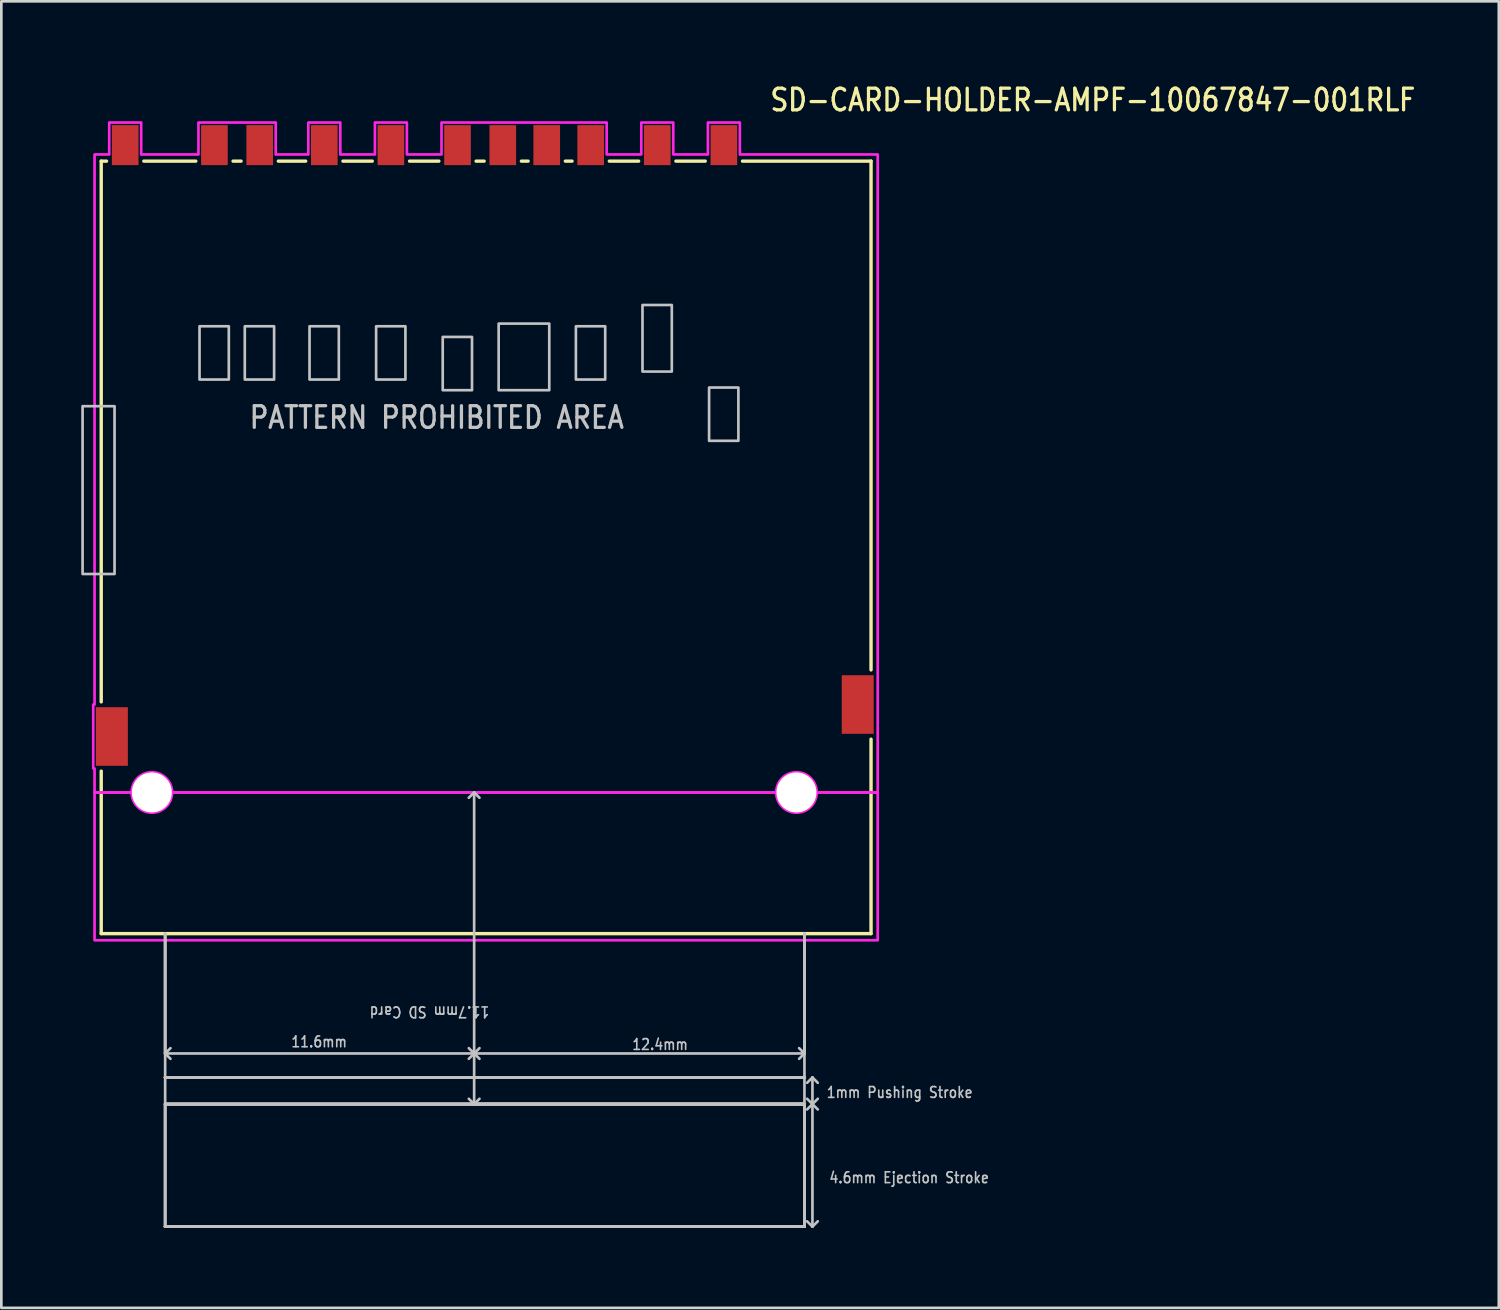
<source format=kicad_pcb>
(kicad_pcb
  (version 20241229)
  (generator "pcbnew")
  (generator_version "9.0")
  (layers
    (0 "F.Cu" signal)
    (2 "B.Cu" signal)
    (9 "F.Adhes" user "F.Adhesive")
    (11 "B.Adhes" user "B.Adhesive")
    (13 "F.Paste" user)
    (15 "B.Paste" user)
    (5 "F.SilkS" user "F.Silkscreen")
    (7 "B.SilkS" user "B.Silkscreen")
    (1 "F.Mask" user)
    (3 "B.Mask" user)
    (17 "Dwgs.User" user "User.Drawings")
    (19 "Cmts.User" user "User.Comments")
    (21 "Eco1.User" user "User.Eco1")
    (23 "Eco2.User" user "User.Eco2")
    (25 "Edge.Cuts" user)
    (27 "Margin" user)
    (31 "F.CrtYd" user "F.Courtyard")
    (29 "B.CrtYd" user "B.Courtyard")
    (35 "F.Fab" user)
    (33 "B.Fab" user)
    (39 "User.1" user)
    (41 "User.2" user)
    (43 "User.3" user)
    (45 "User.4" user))
  (footprint "SD-CARD-HOLDER-AMPF-10067847-001RLF"
    (layer "F.Cu")
    (at 14.75 26.699)
    (property "Reference" "SD-CARD-HOLDER-AMPF-10067847-001RLF" (at 11.05 -25.52 0) (unlocked yes) (layer "F.SilkS") (effects (font (size 0.813 0.695) (thickness 0.122)) (justify left bottom)))
    (fp_poly (pts (xy -14.7 -14.5) (xy -13.5 -14.5) (xy -13.5 -8.2) (xy -14.7 -8.2)) (stroke (width 0) (type solid)) (fill yes) (layer "F.Mask"))
    (fp_poly (pts (xy -14.7 -14.5) (xy -13.5 -14.5) (xy -13.5 -8.2) (xy -14.7 -8.2)) (stroke (width 0) (type solid)) (fill yes) (layer "F.Mask"))
    (fp_poly (pts (xy -10.31 -17.5) (xy -10.31 -15.5) (xy -9.21 -15.5) (xy -9.21 -17.5)) (stroke (width 0) (type solid)) (fill yes) (layer "F.Mask"))
    (fp_poly (pts (xy -10.31 -17.5) (xy -10.31 -15.5) (xy -9.21 -15.5) (xy -9.21 -17.5)) (stroke (width 0) (type solid)) (fill yes) (layer "F.Mask"))
    (fp_poly (pts (xy -8.61 -17.5) (xy -8.61 -15.5) (xy -7.51 -15.5) (xy -7.51 -17.5)) (stroke (width 0) (type solid)) (fill yes) (layer "F.Mask"))
    (fp_poly (pts (xy -8.61 -17.5) (xy -8.61 -15.5) (xy -7.51 -15.5) (xy -7.51 -17.5)) (stroke (width 0) (type solid)) (fill yes) (layer "F.Mask"))
    (fp_poly (pts (xy -6.18 -17.5) (xy -6.18 -15.5) (xy -5.08 -15.5) (xy -5.08 -17.5)) (stroke (width 0) (type solid)) (fill yes) (layer "F.Mask"))
    (fp_poly (pts (xy -6.18 -17.5) (xy -6.18 -15.5) (xy -5.08 -15.5) (xy -5.08 -17.5)) (stroke (width 0) (type solid)) (fill yes) (layer "F.Mask"))
    (fp_poly (pts (xy -3.68 -17.5) (xy -3.68 -15.5) (xy -2.58 -15.5) (xy -2.58 -17.5)) (stroke (width 0) (type solid)) (fill yes) (layer "F.Mask"))
    (fp_poly (pts (xy -3.68 -17.5) (xy -3.68 -15.5) (xy -2.58 -15.5) (xy -2.58 -17.5)) (stroke (width 0) (type solid)) (fill yes) (layer "F.Mask"))
    (fp_poly (pts (xy -1.18 -17.1) (xy -1.18 -15.1) (xy -0.08 -15.1) (xy -0.08 -17.1)) (stroke (width 0) (type solid)) (fill yes) (layer "F.Mask"))
    (fp_poly (pts (xy -1.18 -17.1) (xy -1.18 -15.1) (xy -0.08 -15.1) (xy -0.08 -17.1)) (stroke (width 0) (type solid)) (fill yes) (layer "F.Mask"))
    (fp_poly (pts (xy 0.92 -17.6) (xy 0.92 -15.1) (xy 2.82 -15.1) (xy 2.82 -17.6)) (stroke (width 0) (type solid)) (fill yes) (layer "F.Mask"))
    (fp_poly (pts (xy 0.92 -17.6) (xy 0.92 -15.1) (xy 2.82 -15.1) (xy 2.82 -17.6)) (stroke (width 0) (type solid)) (fill yes) (layer "F.Mask"))
    (fp_poly (pts (xy 3.82 -17.5) (xy 3.82 -15.5) (xy 4.92 -15.5) (xy 4.92 -17.5)) (stroke (width 0) (type solid)) (fill yes) (layer "F.Mask"))
    (fp_poly (pts (xy 3.82 -17.5) (xy 3.82 -15.5) (xy 4.92 -15.5) (xy 4.92 -17.5)) (stroke (width 0) (type solid)) (fill yes) (layer "F.Mask"))
    (fp_poly (pts (xy 6.32 -18.3) (xy 6.32 -15.8) (xy 7.42 -15.8) (xy 7.42 -18.3)) (stroke (width 0) (type solid)) (fill yes) (layer "F.Mask"))
    (fp_poly (pts (xy 6.32 -18.3) (xy 6.32 -15.8) (xy 7.42 -15.8) (xy 7.42 -18.3)) (stroke (width 0) (type solid)) (fill yes) (layer "F.Mask"))
    (fp_poly (pts (xy 8.82 -15.2) (xy 8.82 -13.2) (xy 9.92 -13.2) (xy 9.92 -15.2)) (stroke (width 0) (type solid)) (fill yes) (layer "F.Mask"))
    (fp_poly (pts (xy 8.82 -15.2) (xy 8.82 -13.2) (xy 9.92 -13.2) (xy 9.92 -15.2)) (stroke (width 0) (type solid)) (fill yes) (layer "F.Mask"))
    (fp_line (start -14 -23.7) (end -14 -3.4) (stroke (width 0.127) (type solid)) (layer "F.SilkS"))
    (fp_line (start -14 5.3) (end -14 -0.8) (stroke (width 0.127) (type solid)) (layer "F.SilkS"))
    (fp_line (start -14 5.3) (end 14.9 5.3) (stroke (width 0.127) (type solid)) (layer "F.SilkS"))
    (fp_line (start -13.8 -23.7) (end -14 -23.7) (stroke (width 0.127) (type solid)) (layer "F.SilkS"))
    (fp_line (start -12.4 -23.7) (end -10.45 -23.7) (stroke (width 0.127) (type solid)) (layer "F.SilkS"))
    (fp_line (start -9.05 -23.7) (end -8.75 -23.7) (stroke (width 0.127) (type solid)) (layer "F.SilkS"))
    (fp_line (start -7.35 -23.7) (end -6.325 -23.7) (stroke (width 0.127) (type solid)) (layer "F.SilkS"))
    (fp_line (start -4.925 -23.7) (end -3.825 -23.7) (stroke (width 0.127) (type solid)) (layer "F.SilkS"))
    (fp_line (start -2.425 -23.7) (end -1.325 -23.7) (stroke (width 0.127) (type solid)) (layer "F.SilkS"))
    (fp_line (start 0.075 -23.7) (end 0.375 -23.7) (stroke (width 0.127) (type solid)) (layer "F.SilkS"))
    (fp_line (start 1.775 -23.7) (end 2.025 -23.7) (stroke (width 0.127) (type solid)) (layer "F.SilkS"))
    (fp_line (start 3.425 -23.7) (end 3.675 -23.7) (stroke (width 0.127) (type solid)) (layer "F.SilkS"))
    (fp_line (start 5.075 -23.7) (end 6.175 -23.7) (stroke (width 0.127) (type solid)) (layer "F.SilkS"))
    (fp_line (start 7.575 -23.7) (end 8.675 -23.7) (stroke (width 0.127) (type solid)) (layer "F.SilkS"))
    (fp_line (start 10.075 -23.7) (end 14.9 -23.7) (stroke (width 0.127) (type solid)) (layer "F.SilkS"))
    (fp_line (start 14.9 -23.7) (end 14.9 -4.6) (stroke (width 0.127) (type solid)) (layer "F.SilkS"))
    (fp_line (start 14.9 5.3) (end 14.9 -2) (stroke (width 0.127) (type solid)) (layer "F.SilkS"))
    (fp_line (start -11.6 5.3) (end -11.6 9.8) (stroke (width 0.1) (type solid)) (layer "Dwgs.User"))
    (fp_line (start -11.6 5.3) (end -11.6 9.8) (stroke (width 0.1) (type solid)) (layer "Dwgs.User"))
    (fp_line (start -11.6 5.3) (end -11.6 9.8) (stroke (width 0.1) (type solid)) (layer "Dwgs.User"))
    (fp_line (start -11.6 9.8) (end -11.6 10.7) (stroke (width 0.1) (type solid)) (layer "Dwgs.User"))
    (fp_line (start -11.6 9.8) (end -11.4 9.6) (stroke (width 0.1) (type solid)) (layer "Dwgs.User"))
    (fp_line (start -11.6 9.8) (end -11.4 10) (stroke (width 0.1) (type solid)) (layer "Dwgs.User"))
    (fp_line (start -11.6 10.7) (end -11.6 11.7) (stroke (width 0.1) (type solid)) (layer "Dwgs.User"))
    (fp_line (start -11.6 10.7) (end 12.4 10.7) (stroke (width 0.1) (type solid)) (layer "Dwgs.User"))
    (fp_line (start -11.6 10.7) (end 12.4 10.7) (stroke (width 0.1) (type solid)) (layer "Dwgs.User"))
    (fp_line (start -11.6 10.7) (end 12.4 10.7) (stroke (width 0.1) (type solid)) (layer "Dwgs.User"))
    (fp_line (start -11.6 10.7) (end 12.4 10.7) (stroke (width 0.1) (type solid)) (layer "Dwgs.User"))
    (fp_line (start -11.6 10.7) (end 12.4 10.7) (stroke (width 0.1) (type solid)) (layer "Dwgs.User"))
    (fp_line (start -11.6 10.7) (end 12.4 10.7) (stroke (width 0.1) (type solid)) (layer "Dwgs.User"))
    (fp_line (start -11.6 10.7) (end 12.4 10.7) (stroke (width 0.1) (type solid)) (layer "Dwgs.User"))
    (fp_line (start -11.6 10.7) (end 12.4 10.7) (stroke (width 0.1) (type solid)) (layer "Dwgs.User"))
    (fp_line (start -11.6 10.7) (end 12.4 10.7) (stroke (width 0.1) (type solid)) (layer "Dwgs.User"))
    (fp_line (start -11.6 10.7) (end 12.4 10.7) (stroke (width 0.1) (type solid)) (layer "Dwgs.User"))
    (fp_line (start -11.6 10.7) (end 12.4 10.7) (stroke (width 0.1) (type solid)) (layer "Dwgs.User"))
    (fp_line (start -11.6 10.7) (end 12.4 10.7) (stroke (width 0.1) (type solid)) (layer "Dwgs.User"))
    (fp_line (start -11.6 11.7) (end -11.6 16.3) (stroke (width 0.1) (type solid)) (layer "Dwgs.User"))
    (fp_line (start -11.6 11.7) (end -11.6 16.3) (stroke (width 0.1) (type solid)) (layer "Dwgs.User"))
    (fp_line (start -11.6 11.7) (end -11.6 16.3) (stroke (width 0.1) (type solid)) (layer "Dwgs.User"))
    (fp_line (start -11.6 11.7) (end 0 11.7) (stroke (width 0.1) (type solid)) (layer "Dwgs.User"))
    (fp_line (start -11.6 11.7) (end 0 11.7) (stroke (width 0.1) (type solid)) (layer "Dwgs.User"))
    (fp_line (start -11.6 11.7) (end 0 11.7) (stroke (width 0.1) (type solid)) (layer "Dwgs.User"))
    (fp_line (start -11.6 11.7) (end 0 11.7) (stroke (width 0.1) (type solid)) (layer "Dwgs.User"))
    (fp_line (start -11.6 11.7) (end 0 11.7) (stroke (width 0.1) (type solid)) (layer "Dwgs.User"))
    (fp_line (start -11.6 11.7) (end 0 11.7) (stroke (width 0.1) (type solid)) (layer "Dwgs.User"))
    (fp_line (start -11.6 16.3) (end 12.4 16.3) (stroke (width 0.1) (type solid)) (layer "Dwgs.User"))
    (fp_line (start -11.6 16.3) (end 12.4 16.3) (stroke (width 0.1) (type solid)) (layer "Dwgs.User"))
    (fp_line (start -11.6 16.3) (end 12.4 16.3) (stroke (width 0.1) (type solid)) (layer "Dwgs.User"))
    (fp_line (start -11.6 16.3) (end 12.4 16.3) (stroke (width 0.1) (type solid)) (layer "Dwgs.User"))
    (fp_line (start -11.6 16.3) (end 12.4 16.3) (stroke (width 0.1) (type solid)) (layer "Dwgs.User"))
    (fp_line (start -11.6 16.3) (end 12.4 16.3) (stroke (width 0.1) (type solid)) (layer "Dwgs.User"))
    (fp_line (start -11.6 16.3) (end 12.4 16.3) (stroke (width 0.1) (type solid)) (layer "Dwgs.User"))
    (fp_line (start -11.6 16.3) (end 12.4 16.3) (stroke (width 0.1) (type solid)) (layer "Dwgs.User"))
    (fp_line (start -11.6 16.3) (end 12.4 16.3) (stroke (width 0.1) (type solid)) (layer "Dwgs.User"))
    (fp_line (start -11.6 16.3) (end 12.4 16.3) (stroke (width 0.1) (type solid)) (layer "Dwgs.User"))
    (fp_line (start -11.6 16.3) (end 12.4 16.3) (stroke (width 0.1) (type solid)) (layer "Dwgs.User"))
    (fp_line (start -11.6 16.3) (end 12.4 16.3) (stroke (width 0.1) (type solid)) (layer "Dwgs.User"))
    (fp_line (start 0 0) (end -0.2 0.2) (stroke (width 0.1) (type solid)) (layer "Dwgs.User"))
    (fp_line (start 0 0) (end 0 9.8) (stroke (width 0.1) (type solid)) (layer "Dwgs.User"))
    (fp_line (start 0 0) (end 0.2 0.2) (stroke (width 0.1) (type solid)) (layer "Dwgs.User"))
    (fp_line (start 0 9.8) (end -11.6 9.8) (stroke (width 0.1) (type solid)) (layer "Dwgs.User"))
    (fp_line (start 0 9.8) (end -0.2 9.6) (stroke (width 0.1) (type solid)) (layer "Dwgs.User"))
    (fp_line (start 0 9.8) (end -0.2 10) (stroke (width 0.1) (type solid)) (layer "Dwgs.User"))
    (fp_line (start 0 9.8) (end 0 11.7) (stroke (width 0.1) (type solid)) (layer "Dwgs.User"))
    (fp_line (start 0 9.8) (end 0.2 9.6) (stroke (width 0.1) (type solid)) (layer "Dwgs.User"))
    (fp_line (start 0 9.8) (end 0.2 10) (stroke (width 0.1) (type solid)) (layer "Dwgs.User"))
    (fp_line (start 0 9.8) (end 12.4 9.8) (stroke (width 0.1) (type solid)) (layer "Dwgs.User"))
    (fp_line (start 0 11.7) (end -0.2 11.5) (stroke (width 0.1) (type solid)) (layer "Dwgs.User"))
    (fp_line (start 0 11.7) (end 0.2 11.5) (stroke (width 0.1) (type solid)) (layer "Dwgs.User"))
    (fp_line (start 0 11.7) (end 12.4 11.7) (stroke (width 0.1) (type solid)) (layer "Dwgs.User"))
    (fp_line (start 0 11.7) (end 12.4 11.7) (stroke (width 0.1) (type solid)) (layer "Dwgs.User"))
    (fp_line (start 0 11.7) (end 12.4 11.7) (stroke (width 0.1) (type solid)) (layer "Dwgs.User"))
    (fp_line (start 0 11.7) (end 12.4 11.7) (stroke (width 0.1) (type solid)) (layer "Dwgs.User"))
    (fp_line (start 0 11.7) (end 12.4 11.7) (stroke (width 0.1) (type solid)) (layer "Dwgs.User"))
    (fp_line (start 0 11.7) (end 12.4 11.7) (stroke (width 0.1) (type solid)) (layer "Dwgs.User"))
    (fp_line (start 0 11.7) (end 12.4 11.7) (stroke (width 0.1) (type solid)) (layer "Dwgs.User"))
    (fp_line (start 12.4 9.8) (end 12.2 9.6) (stroke (width 0.1) (type solid)) (layer "Dwgs.User"))
    (fp_line (start 12.4 9.8) (end 12.2 10) (stroke (width 0.1) (type solid)) (layer "Dwgs.User"))
    (fp_line (start 12.4 9.8) (end 12.4 5.3) (stroke (width 0.1) (type solid)) (layer "Dwgs.User"))
    (fp_line (start 12.4 9.8) (end 12.4 5.3) (stroke (width 0.1) (type solid)) (layer "Dwgs.User"))
    (fp_line (start 12.4 9.8) (end 12.4 5.3) (stroke (width 0.1) (type solid)) (layer "Dwgs.User"))
    (fp_line (start 12.4 10.7) (end 12.4 9.8) (stroke (width 0.1) (type solid)) (layer "Dwgs.User"))
    (fp_line (start 12.4 11.7) (end 12.4 10.7) (stroke (width 0.1) (type solid)) (layer "Dwgs.User"))
    (fp_line (start 12.4 16.3) (end 12.4 11.7) (stroke (width 0.1) (type solid)) (layer "Dwgs.User"))
    (fp_line (start 12.4 16.3) (end 12.4 11.7) (stroke (width 0.1) (type solid)) (layer "Dwgs.User"))
    (fp_line (start 12.4 16.3) (end 12.4 11.7) (stroke (width 0.1) (type solid)) (layer "Dwgs.User"))
    (fp_line (start 12.5 10.9) (end 12.7 10.7) (stroke (width 0.1) (type solid)) (layer "Dwgs.User"))
    (fp_line (start 12.5 11.5) (end 12.7 11.7) (stroke (width 0.1) (type solid)) (layer "Dwgs.User"))
    (fp_line (start 12.7 10.7) (end 12.7 11.7) (stroke (width 0.1) (type solid)) (layer "Dwgs.User"))
    (fp_line (start 12.7 10.7) (end 12.9 10.9) (stroke (width 0.1) (type solid)) (layer "Dwgs.User"))
    (fp_line (start 12.7 11.7) (end 12.5 11.9) (stroke (width 0.1) (type solid)) (layer "Dwgs.User"))
    (fp_line (start 12.7 11.7) (end 12.7 16.3) (stroke (width 0.1) (type solid)) (layer "Dwgs.User"))
    (fp_line (start 12.7 11.7) (end 12.9 11.5) (stroke (width 0.1) (type solid)) (layer "Dwgs.User"))
    (fp_line (start 12.7 11.7) (end 12.9 11.9) (stroke (width 0.1) (type solid)) (layer "Dwgs.User"))
    (fp_line (start 12.7 16.3) (end 12.5 16.1) (stroke (width 0.1) (type solid)) (layer "Dwgs.User"))
    (fp_line (start 12.7 16.3) (end 12.9 16.1) (stroke (width 0.1) (type solid)) (layer "Dwgs.User"))
    (fp_poly (pts (xy -14.7 -14.5) (xy -13.5 -14.5) (xy -13.5 -8.2) (xy -14.7 -8.2)) (stroke (width 0.1) (type solid)) (fill no) (layer "Dwgs.User"))
    (fp_poly (pts (xy -10.31 -17.5) (xy -10.31 -15.5) (xy -9.21 -15.5) (xy -9.21 -17.5)) (stroke (width 0.1) (type solid)) (fill no) (layer "Dwgs.User"))
    (fp_poly (pts (xy -8.61 -17.5) (xy -8.61 -15.5) (xy -7.51 -15.5) (xy -7.51 -17.5)) (stroke (width 0.1) (type solid)) (fill no) (layer "Dwgs.User"))
    (fp_poly (pts (xy -6.18 -17.5) (xy -6.18 -15.5) (xy -5.08 -15.5) (xy -5.08 -17.5)) (stroke (width 0.1) (type solid)) (fill no) (layer "Dwgs.User"))
    (fp_poly (pts (xy -3.68 -17.5) (xy -3.68 -15.5) (xy -2.58 -15.5) (xy -2.58 -17.5)) (stroke (width 0.1) (type solid)) (fill no) (layer "Dwgs.User"))
    (fp_poly (pts (xy -1.18 -17.1) (xy -1.18 -15.1) (xy -0.08 -15.1) (xy -0.08 -17.1)) (stroke (width 0.1) (type solid)) (fill no) (layer "Dwgs.User"))
    (fp_poly (pts (xy 0.92 -17.6) (xy 0.92 -15.1) (xy 2.82 -15.1) (xy 2.82 -17.6)) (stroke (width 0.1) (type solid)) (fill no) (layer "Dwgs.User"))
    (fp_poly (pts (xy 3.82 -17.5) (xy 3.82 -15.5) (xy 4.92 -15.5) (xy 4.92 -17.5)) (stroke (width 0.1) (type solid)) (fill no) (layer "Dwgs.User"))
    (fp_poly (pts (xy 6.32 -18.3) (xy 6.32 -15.8) (xy 7.42 -15.8) (xy 7.42 -18.3)) (stroke (width 0.1) (type solid)) (fill no) (layer "Dwgs.User"))
    (fp_poly (pts (xy 8.82 -15.2) (xy 8.82 -13.2) (xy 9.92 -13.2) (xy 9.92 -15.2)) (stroke (width 0.1) (type solid)) (fill no) (layer "Dwgs.User"))
    (fp_poly (pts (xy 15.15 0) (xy 15.15 5.55) (xy -14.25 5.55) (xy -14.25 0) (xy -12.86 0) (xy -12.86 0.000078) (xy -12.86 0.012) (xy -12.86 0.012) (xy -12.86 0.024) (xy -12.86 0.024) (xy -12.859 0.036) (xy -12.859 0.036) (xy -12.859 0.048) (xy -12.858 0.048) (xy -12.858 0.06) (xy -12.858 0.06) (xy -12.857 0.071) (xy -12.857 0.072) (xy -12.855 0.083) (xy -12.855 0.083) (xy -12.854 0.095) (xy -12.854 0.095) (xy -12.852 0.107) (xy -12.852 0.107) (xy -12.851 0.119) (xy -12.851 0.119) (xy -12.849 0.131) (xy -12.849 0.131) (xy -12.847 0.142) (xy -12.847 0.142) (xy -12.844 0.154) (xy -12.844 0.154) (xy -12.842 0.166) (xy -12.842 0.166) (xy -12.839 0.177) (xy -12.839 0.177) (xy -12.836 0.189) (xy -12.836 0.189) (xy -12.833 0.2) (xy -12.833 0.201) (xy -12.83 0.212) (xy -12.83 0.212) (xy -12.826 0.223) (xy -12.826 0.224) (xy -12.823 0.235) (xy -12.823 0.235) (xy -12.819 0.246) (xy -12.819 0.246) (xy -12.815 0.257) (xy -12.815 0.258) (xy -12.811 0.269) (xy -12.811 0.269) (xy -12.807 0.28) (xy -12.807 0.28) (xy -12.802 0.291) (xy -12.802 0.291) (xy -12.798 0.302) (xy -12.797 0.302) (xy -12.793 0.313) (xy -12.793 0.313) (xy -12.788 0.324) (xy -12.788 0.324) (xy -12.783 0.334) (xy -12.782 0.334) (xy -12.777 0.345) (xy -12.777 0.345) (xy -12.772 0.356) (xy -12.772 0.356) (xy -12.766 0.366) (xy -12.766 0.366) (xy -12.76 0.376) (xy -12.76 0.377) (xy -12.754 0.387) (xy -12.754 0.387) (xy -12.748 0.397) (xy -12.748 0.397) (xy -12.742 0.407) (xy -12.742 0.407) (xy -12.735 0.417) (xy -12.735 0.417) (xy -12.729 0.427) (xy -12.729 0.427) (xy -12.722 0.437) (xy -12.722 0.437) (xy -12.715 0.447) (xy -12.715 0.447) (xy -12.708 0.456) (xy -12.708 0.456) (xy -12.701 0.466) (xy -12.7 0.466) (xy -12.693 0.475) (xy -12.693 0.475) (xy -12.686 0.484) (xy -12.686 0.485) (xy -12.678 0.494) (xy -12.678 0.494) (xy -12.67 0.503) (xy -12.67 0.503) (xy -12.662 0.511) (xy -12.662 0.512) (xy -12.654 0.52) (xy -12.654 0.52) (xy -12.646 0.529) (xy -12.646 0.529) (xy -12.637 0.537) (xy -12.637 0.537) (xy -12.629 0.546) (xy -12.629 0.546) (xy -12.62 0.554) (xy -12.62 0.554) (xy -12.612 0.562) (xy -12.611 0.562) (xy -12.603 0.57) (xy -12.603 0.57) (xy -12.594 0.578) (xy -12.594 0.578) (xy -12.585 0.586) (xy -12.584 0.586) (xy -12.575 0.593) (xy -12.575 0.593) (xy -12.566 0.6) (xy -12.566 0.601) (xy -12.556 0.608) (xy -12.556 0.608) (xy -12.547 0.615) (xy -12.547 0.615) (xy -12.537 0.622) (xy -12.537 0.622) (xy -12.527 0.629) (xy -12.527 0.629) (xy -12.517 0.635) (xy -12.517 0.635) (xy -12.507 0.642) (xy -12.507 0.642) (xy -12.497 0.648) (xy -12.497 0.648) (xy -12.487 0.654) (xy -12.487 0.654) (xy -12.477 0.66) (xy -12.476 0.66) (xy -12.466 0.666) (xy -12.466 0.666) (xy -12.456 0.672) (xy -12.456 0.672) (xy -12.445 0.677) (xy -12.445 0.677) (xy -12.434 0.682) (xy -12.434 0.683) (xy -12.424 0.688) (xy -12.424 0.688) (xy -12.413 0.693) (xy -12.413 0.693) (xy -12.402 0.697) (xy -12.402 0.698) (xy -12.391 0.702) (xy -12.391 0.702) (xy -12.38 0.707) (xy -12.38 0.707) (xy -12.369 0.711) (xy -12.369 0.711) (xy -12.358 0.715) (xy -12.357 0.715) (xy -12.346 0.719) (xy -12.346 0.719) (xy -12.335 0.723) (xy -12.335 0.723) (xy -12.324 0.726) (xy -12.323 0.726) (xy -12.312 0.73) (xy -12.312 0.73) (xy -12.301 0.733) (xy -12.3 0.733) (xy -12.289 0.736) (xy -12.289 0.736) (xy -12.277 0.739) (xy -12.277 0.739) (xy -12.266 0.742) (xy -12.266 0.742) (xy -12.254 0.744) (xy -12.254 0.744) (xy -12.242 0.747) (xy -12.242 0.747) (xy -12.231 0.749) (xy -12.231 0.749) (xy -12.219 0.751) (xy -12.219 0.751) (xy -12.207 0.752) (xy -12.207 0.752) (xy -12.195 0.754) (xy -12.195 0.754) (xy -12.183 0.755) (xy -12.183 0.755) (xy -12.172 0.757) (xy -12.171 0.757) (xy -12.16 0.758) (xy -12.16 0.758) (xy -12.148 0.758) (xy -12.148 0.759) (xy -12.136 0.759) (xy -12.136 0.759) (xy -12.124 0.76) (xy -12.124 0.76) (xy -12.112 0.76) (xy -12.112 0.76) (xy -12.1 0.76) (xy -12.1 0.76) (xy -12.088 0.76) (xy -12.088 0.76) (xy -12.076 0.76) (xy -12.076 0.76) (xy -12.064 0.759) (xy -12.064 0.759) (xy -12.052 0.759) (xy -12.052 0.758) (xy -12.04 0.758) (xy -12.04 0.758) (xy -12.029 0.757) (xy -12.028 0.757) (xy -12.017 0.755) (xy -12.017 0.755) (xy -12.005 0.754) (xy -12.005 0.754) (xy -11.993 0.752) (xy -11.993 0.752) (xy -11.981 0.751) (xy -11.981 0.751) (xy -11.969 0.749) (xy -11.969 0.749) (xy -11.958 0.747) (xy -11.958 0.747) (xy -11.946 0.744) (xy -11.946 0.744) (xy -11.934 0.742) (xy -11.934 0.742) (xy -11.923 0.739) (xy -11.923 0.739) (xy -11.911 0.736) (xy -11.911 0.736) (xy -11.9 0.733) (xy -11.899 0.733) (xy -11.888 0.73) (xy -11.888 0.73) (xy -11.877 0.726) (xy -11.876 0.726) (xy -11.865 0.723) (xy -11.865 0.723) (xy -11.854 0.719) (xy -11.854 0.719) (xy -11.843 0.715) (xy -11.842 0.715) (xy -11.831 0.711) (xy -11.831 0.711) (xy -11.82 0.707) (xy -11.82 0.707) (xy -11.809 0.702) (xy -11.809 0.702) (xy -11.798 0.698) (xy -11.798 0.697) (xy -11.787 0.693) (xy -11.787 0.693) (xy -11.776 0.688) (xy -11.776 0.688) (xy -11.766 0.683) (xy -11.766 0.682) (xy -11.755 0.677) (xy -11.755 0.677) (xy -11.744 0.672) (xy -11.744 0.672) (xy -11.734 0.666) (xy -11.734 0.666) (xy -11.724 0.66) (xy -11.723 0.66) (xy -11.713 0.654) (xy -11.713 0.654) (xy -11.703 0.648) (xy -11.703 0.648) (xy -11.693 0.642) (xy -11.693 0.642) (xy -11.683 0.635) (xy -11.683 0.635) (xy -11.673 0.629) (xy -11.673 0.629) (xy -11.663 0.622) (xy -11.663 0.622) (xy -11.653 0.615) (xy -11.653 0.615) (xy -11.644 0.608) (xy -11.644 0.608) (xy -11.634 0.601) (xy -11.634 0.6) (xy -11.625 0.593) (xy -11.625 0.593) (xy -11.616 0.586) (xy -11.615 0.586) (xy -11.606 0.578) (xy -11.606 0.578) (xy -11.597 0.57) (xy -11.597 0.57) (xy -11.589 0.562) (xy -11.588 0.562) (xy -11.58 0.554) (xy -11.58 0.554) (xy -11.571 0.546) (xy -11.571 0.546) (xy -11.563 0.537) (xy -11.563 0.537) (xy -11.554 0.529) (xy -11.554 0.529) (xy -11.546 0.52) (xy -11.546 0.52) (xy -11.538 0.512) (xy -11.538 0.511) (xy -11.53 0.503) (xy -11.53 0.503) (xy -11.522 0.494) (xy -11.522 0.494) (xy -11.514 0.485) (xy -11.514 0.484) (xy -11.507 0.475) (xy -11.507 0.475) (xy -11.5 0.466) (xy -11.499 0.466) (xy -11.492 0.456) (xy -11.492 0.456) (xy -11.485 0.447) (xy -11.485 0.447) (xy -11.478 0.437) (xy -11.478 0.437) (xy -11.471 0.427) (xy -11.471 0.427) (xy -11.465 0.417) (xy -11.465 0.417) (xy -11.458 0.407) (xy -11.458 0.407) (xy -11.452 0.397) (xy -11.452 0.397) (xy -11.446 0.387) (xy -11.446 0.387) (xy -11.44 0.377) (xy -11.44 0.376) (xy -11.434 0.366) (xy -11.434 0.366) (xy -11.428 0.356) (xy -11.428 0.356) (xy -11.423 0.345) (xy -11.423 0.345) (xy -11.418 0.334) (xy -11.417 0.334) (xy -11.412 0.324) (xy -11.412 0.324) (xy -11.407 0.313) (xy -11.407 0.313) (xy -11.403 0.302) (xy -11.402 0.302) (xy -11.398 0.291) (xy -11.398 0.291) (xy -11.393 0.28) (xy -11.393 0.28) (xy -11.389 0.269) (xy -11.389 0.269) (xy -11.385 0.258) (xy -11.385 0.257) (xy -11.381 0.246) (xy -11.381 0.246) (xy -11.377 0.235) (xy -11.377 0.235) (xy -11.374 0.224) (xy -11.374 0.223) (xy -11.37 0.212) (xy -11.37 0.212) (xy -11.367 0.201) (xy -11.367 0.2) (xy -11.364 0.189) (xy -11.364 0.189) (xy -11.361 0.177) (xy -11.361 0.177) (xy -11.358 0.166) (xy -11.358 0.166) (xy -11.356 0.154) (xy -11.356 0.154) (xy -11.353 0.142) (xy -11.353 0.142) (xy -11.351 0.131) (xy -11.351 0.131) (xy -11.349 0.119) (xy -11.349 0.119) (xy -11.348 0.107) (xy -11.348 0.107) (xy -11.346 0.095) (xy -11.346 0.095) (xy -11.345 0.083) (xy -11.345 0.083) (xy -11.343 0.072) (xy -11.343 0.071) (xy -11.342 0.06) (xy -11.342 0.06) (xy -11.342 0.048) (xy -11.341 0.048) (xy -11.341 0.036) (xy -11.341 0.036) (xy -11.34 0.024) (xy -11.34 0.024) (xy -11.34 0.012) (xy -11.34 0.012) (xy -11.34 0.000078) (xy -11.34 0) (xy 11.34 0) (xy 11.34 0.000078) (xy 11.34 0.012) (xy 11.34 0.012) (xy 11.34 0.024) (xy 11.34 0.024) (xy 11.341 0.036) (xy 11.341 0.036) (xy 11.341 0.048) (xy 11.342 0.048) (xy 11.342 0.06) (xy 11.342 0.06) (xy 11.343 0.071) (xy 11.343 0.072) (xy 11.345 0.083) (xy 11.345 0.083) (xy 11.346 0.095) (xy 11.346 0.095) (xy 11.348 0.107) (xy 11.348 0.107) (xy 11.349 0.119) (xy 11.349 0.119) (xy 11.351 0.131) (xy 11.351 0.131) (xy 11.353 0.142) (xy 11.353 0.142) (xy 11.356 0.154) (xy 11.356 0.154) (xy 11.358 0.166) (xy 11.358 0.166) (xy 11.361 0.177) (xy 11.361 0.177) (xy 11.364 0.189) (xy 11.364 0.189) (xy 11.367 0.2) (xy 11.367 0.201) (xy 11.37 0.212) (xy 11.37 0.212) (xy 11.374 0.223) (xy 11.374 0.224) (xy 11.377 0.235) (xy 11.377 0.235) (xy 11.381 0.246) (xy 11.381 0.246) (xy 11.385 0.257) (xy 11.385 0.258) (xy 11.389 0.269) (xy 11.389 0.269) (xy 11.393 0.28) (xy 11.393 0.28) (xy 11.398 0.291) (xy 11.398 0.291) (xy 11.402 0.302) (xy 11.403 0.302) (xy 11.407 0.313) (xy 11.407 0.313) (xy 11.412 0.324) (xy 11.412 0.324) (xy 11.417 0.334) (xy 11.418 0.334) (xy 11.423 0.345) (xy 11.423 0.345) (xy 11.428 0.356) (xy 11.428 0.356) (xy 11.434 0.366) (xy 11.434 0.366) (xy 11.44 0.376) (xy 11.44 0.377) (xy 11.446 0.387) (xy 11.446 0.387) (xy 11.452 0.397) (xy 11.452 0.397) (xy 11.458 0.407) (xy 11.458 0.407) (xy 11.465 0.417) (xy 11.465 0.417) (xy 11.471 0.427) (xy 11.471 0.427) (xy 11.478 0.437) (xy 11.478 0.437) (xy 11.485 0.447) (xy 11.485 0.447) (xy 11.492 0.456) (xy 11.492 0.456) (xy 11.499 0.466) (xy 11.5 0.466) (xy 11.507 0.475) (xy 11.507 0.475) (xy 11.514 0.484) (xy 11.514 0.485) (xy 11.522 0.494) (xy 11.522 0.494) (xy 11.53 0.503) (xy 11.53 0.503) (xy 11.538 0.511) (xy 11.538 0.512) (xy 11.546 0.52) (xy 11.546 0.52) (xy 11.554 0.529) (xy 11.554 0.529) (xy 11.563 0.537) (xy 11.563 0.537) (xy 11.571 0.546) (xy 11.571 0.546) (xy 11.58 0.554) (xy 11.58 0.554) (xy 11.588 0.562) (xy 11.589 0.562) (xy 11.597 0.57) (xy 11.597 0.57) (xy 11.606 0.578) (xy 11.606 0.578) (xy 11.615 0.586) (xy 11.616 0.586) (xy 11.625 0.593) (xy 11.625 0.593) (xy 11.634 0.6) (xy 11.634 0.601) (xy 11.644 0.608) (xy 11.644 0.608) (xy 11.653 0.615) (xy 11.653 0.615) (xy 11.663 0.622) (xy 11.663 0.622) (xy 11.673 0.629) (xy 11.673 0.629) (xy 11.683 0.635) (xy 11.683 0.635) (xy 11.693 0.642) (xy 11.693 0.642) (xy 11.703 0.648) (xy 11.703 0.648) (xy 11.713 0.654) (xy 11.713 0.654) (xy 11.723 0.66) (xy 11.724 0.66) (xy 11.734 0.666) (xy 11.734 0.666) (xy 11.744 0.672) (xy 11.744 0.672) (xy 11.755 0.677) (xy 11.755 0.677) (xy 11.766 0.682) (xy 11.766 0.683) (xy 11.776 0.688) (xy 11.776 0.688) (xy 11.787 0.693) (xy 11.787 0.693) (xy 11.798 0.697) (xy 11.798 0.698) (xy 11.809 0.702) (xy 11.809 0.702) (xy 11.82 0.707) (xy 11.82 0.707) (xy 11.831 0.711) (xy 11.831 0.711) (xy 11.842 0.715) (xy 11.843 0.715) (xy 11.854 0.719) (xy 11.854 0.719) (xy 11.865 0.723) (xy 11.865 0.723) (xy 11.876 0.726) (xy 11.877 0.726) (xy 11.888 0.73) (xy 11.888 0.73) (xy 11.899 0.733) (xy 11.9 0.733) (xy 11.911 0.736) (xy 11.911 0.736) (xy 11.923 0.739) (xy 11.923 0.739) (xy 11.934 0.742) (xy 11.934 0.742) (xy 11.946 0.744) (xy 11.946 0.744) (xy 11.958 0.747) (xy 11.958 0.747) (xy 11.969 0.749) (xy 11.969 0.749) (xy 11.981 0.751) (xy 11.981 0.751) (xy 11.993 0.752) (xy 11.993 0.752) (xy 12.005 0.754) (xy 12.005 0.754) (xy 12.017 0.755) (xy 12.017 0.755) (xy 12.028 0.757) (xy 12.029 0.757) (xy 12.04 0.758) (xy 12.04 0.758) (xy 12.052 0.758) (xy 12.052 0.759) (xy 12.064 0.759) (xy 12.064 0.759) (xy 12.076 0.76) (xy 12.076 0.76) (xy 12.088 0.76) (xy 12.088 0.76) (xy 12.1 0.76) (xy 12.1 0.76) (xy 12.112 0.76) (xy 12.112 0.76) (xy 12.124 0.76) (xy 12.124 0.76) (xy 12.136 0.759) (xy 12.136 0.759) (xy 12.148 0.759) (xy 12.148 0.758) (xy 12.16 0.758) (xy 12.16 0.758) (xy 12.171 0.757) (xy 12.172 0.757) (xy 12.183 0.755) (xy 12.183 0.755) (xy 12.195 0.754) (xy 12.195 0.754) (xy 12.207 0.752) (xy 12.207 0.752) (xy 12.219 0.751) (xy 12.219 0.751) (xy 12.231 0.749) (xy 12.231 0.749) (xy 12.242 0.747) (xy 12.242 0.747) (xy 12.254 0.744) (xy 12.254 0.744) (xy 12.266 0.742) (xy 12.266 0.742) (xy 12.277 0.739) (xy 12.277 0.739) (xy 12.289 0.736) (xy 12.289 0.736) (xy 12.3 0.733) (xy 12.301 0.733) (xy 12.312 0.73) (xy 12.312 0.73) (xy 12.323 0.726) (xy 12.324 0.726) (xy 12.335 0.723) (xy 12.335 0.723) (xy 12.346 0.719) (xy 12.346 0.719) (xy 12.357 0.715) (xy 12.358 0.715) (xy 12.369 0.711) (xy 12.369 0.711) (xy 12.38 0.707) (xy 12.38 0.707) (xy 12.391 0.702) (xy 12.391 0.702) (xy 12.402 0.698) (xy 12.402 0.697) (xy 12.413 0.693) (xy 12.413 0.693) (xy 12.424 0.688) (xy 12.424 0.688) (xy 12.434 0.683) (xy 12.434 0.682) (xy 12.445 0.677) (xy 12.445 0.677) (xy 12.456 0.672) (xy 12.456 0.672) (xy 12.466 0.666) (xy 12.466 0.666) (xy 12.476 0.66) (xy 12.477 0.66) (xy 12.487 0.654) (xy 12.487 0.654) (xy 12.497 0.648) (xy 12.497 0.648) (xy 12.507 0.642) (xy 12.507 0.642) (xy 12.517 0.635) (xy 12.517 0.635) (xy 12.527 0.629) (xy 12.527 0.629) (xy 12.537 0.622) (xy 12.537 0.622) (xy 12.547 0.615) (xy 12.547 0.615) (xy 12.556 0.608) (xy 12.556 0.608) (xy 12.566 0.601) (xy 12.566 0.6) (xy 12.575 0.593) (xy 12.575 0.593) (xy 12.584 0.586) (xy 12.585 0.586) (xy 12.594 0.578) (xy 12.594 0.578) (xy 12.603 0.57) (xy 12.603 0.57) (xy 12.611 0.562) (xy 12.612 0.562) (xy 12.62 0.554) (xy 12.62 0.554) (xy 12.629 0.546) (xy 12.629 0.546) (xy 12.637 0.537) (xy 12.637 0.537) (xy 12.646 0.529) (xy 12.646 0.529) (xy 12.654 0.52) (xy 12.654 0.52) (xy 12.662 0.512) (xy 12.662 0.511) (xy 12.67 0.503) (xy 12.67 0.503) (xy 12.678 0.494) (xy 12.678 0.494) (xy 12.686 0.485) (xy 12.686 0.484) (xy 12.693 0.475) (xy 12.693 0.475) (xy 12.7 0.466) (xy 12.701 0.466) (xy 12.708 0.456) (xy 12.708 0.456) (xy 12.715 0.447) (xy 12.715 0.447) (xy 12.722 0.437) (xy 12.722 0.437) (xy 12.729 0.427) (xy 12.729 0.427) (xy 12.735 0.417) (xy 12.735 0.417) (xy 12.742 0.407) (xy 12.742 0.407) (xy 12.748 0.397) (xy 12.748 0.397) (xy 12.754 0.387) (xy 12.754 0.387) (xy 12.76 0.377) (xy 12.76 0.376) (xy 12.766 0.366) (xy 12.766 0.366) (xy 12.772 0.356) (xy 12.772 0.356) (xy 12.777 0.345) (xy 12.777 0.345) (xy 12.782 0.334) (xy 12.783 0.334) (xy 12.788 0.324) (xy 12.788 0.324) (xy 12.793 0.313) (xy 12.793 0.313) (xy 12.797 0.302) (xy 12.798 0.302) (xy 12.802 0.291) (xy 12.802 0.291) (xy 12.807 0.28) (xy 12.807 0.28) (xy 12.811 0.269) (xy 12.811 0.269) (xy 12.815 0.258) (xy 12.815 0.257) (xy 12.819 0.246) (xy 12.819 0.246) (xy 12.823 0.235) (xy 12.823 0.235) (xy 12.826 0.224) (xy 12.826 0.223) (xy 12.83 0.212) (xy 12.83 0.212) (xy 12.833 0.201) (xy 12.833 0.2) (xy 12.836 0.189) (xy 12.836 0.189) (xy 12.839 0.177) (xy 12.839 0.177) (xy 12.842 0.166) (xy 12.842 0.166) (xy 12.844 0.154) (xy 12.844 0.154) (xy 12.847 0.142) (xy 12.847 0.142) (xy 12.849 0.131) (xy 12.849 0.131) (xy 12.851 0.119) (xy 12.851 0.119) (xy 12.852 0.107) (xy 12.852 0.107) (xy 12.854 0.095) (xy 12.854 0.095) (xy 12.855 0.083) (xy 12.855 0.083) (xy 12.857 0.072) (xy 12.857 0.071) (xy 12.858 0.06) (xy 12.858 0.06) (xy 12.858 0.048) (xy 12.859 0.048) (xy 12.859 0.036) (xy 12.859 0.036) (xy 12.86 0.024) (xy 12.86 0.024) (xy 12.86 0.012) (xy 12.86 0.012) (xy 12.86 0.000078) (xy 12.86 0)) (stroke (width 0.1) (type solid)) (fill no) (layer "F.CrtYd"))
    (fp_poly (pts (xy -13.7 -23.95) (xy -13.7 -25.15) (xy -12.5 -25.15) (xy -12.5 -23.95) (xy -10.35 -23.95) (xy -10.35 -25.15) (xy -7.45 -25.15) (xy -7.45 -23.95) (xy -6.225 -23.95) (xy -6.225 -25.15) (xy -5.025 -25.15) (xy -5.025 -23.95) (xy -3.725 -23.95) (xy -3.725 -25.15) (xy -2.525 -25.15) (xy -2.525 -23.95) (xy -1.225 -23.95) (xy -1.225 -25.15) (xy 4.975 -25.15) (xy 4.975 -23.95) (xy 6.275 -23.95) (xy 6.275 -25.15) (xy 7.475 -25.15) (xy 7.475 -23.95) (xy 8.775 -23.95) (xy 8.775 -25.15) (xy 9.975 -25.15) (xy 9.975 -23.95) (xy 15.15 -23.95) (xy 15.15 0) (xy 12.86 0) (xy 12.86 -0.000078) (xy 12.86 -0.012) (xy 12.86 -0.012) (xy 12.86 -0.024) (xy 12.86 -0.024) (xy 12.859 -0.036) (xy 12.859 -0.036) (xy 12.859 -0.048) (xy 12.858 -0.048) (xy 12.858 -0.06) (xy 12.858 -0.06) (xy 12.857 -0.071) (xy 12.857 -0.072) (xy 12.855 -0.083) (xy 12.855 -0.083) (xy 12.854 -0.095) (xy 12.854 -0.095) (xy 12.852 -0.107) (xy 12.852 -0.107) (xy 12.851 -0.119) (xy 12.851 -0.119) (xy 12.849 -0.131) (xy 12.849 -0.131) (xy 12.847 -0.142) (xy 12.847 -0.142) (xy 12.844 -0.154) (xy 12.844 -0.154) (xy 12.842 -0.166) (xy 12.842 -0.166) (xy 12.839 -0.177) (xy 12.839 -0.177) (xy 12.836 -0.189) (xy 12.836 -0.189) (xy 12.833 -0.2) (xy 12.833 -0.201) (xy 12.83 -0.212) (xy 12.83 -0.212) (xy 12.826 -0.223) (xy 12.826 -0.224) (xy 12.823 -0.235) (xy 12.823 -0.235) (xy 12.819 -0.246) (xy 12.819 -0.246) (xy 12.815 -0.257) (xy 12.815 -0.258) (xy 12.811 -0.269) (xy 12.811 -0.269) (xy 12.807 -0.28) (xy 12.807 -0.28) (xy 12.802 -0.291) (xy 12.802 -0.291) (xy 12.798 -0.302) (xy 12.797 -0.302) (xy 12.793 -0.313) (xy 12.793 -0.313) (xy 12.788 -0.324) (xy 12.788 -0.324) (xy 12.783 -0.334) (xy 12.782 -0.334) (xy 12.777 -0.345) (xy 12.777 -0.345) (xy 12.772 -0.356) (xy 12.772 -0.356) (xy 12.766 -0.366) (xy 12.766 -0.366) (xy 12.76 -0.376) (xy 12.76 -0.377) (xy 12.754 -0.387) (xy 12.754 -0.387) (xy 12.748 -0.397) (xy 12.748 -0.397) (xy 12.742 -0.407) (xy 12.742 -0.407) (xy 12.735 -0.417) (xy 12.735 -0.417) (xy 12.729 -0.427) (xy 12.729 -0.427) (xy 12.722 -0.437) (xy 12.722 -0.437) (xy 12.715 -0.447) (xy 12.715 -0.447) (xy 12.708 -0.456) (xy 12.708 -0.456) (xy 12.701 -0.466) (xy 12.7 -0.466) (xy 12.693 -0.475) (xy 12.693 -0.475) (xy 12.686 -0.484) (xy 12.686 -0.485) (xy 12.678 -0.494) (xy 12.678 -0.494) (xy 12.67 -0.503) (xy 12.67 -0.503) (xy 12.662 -0.511) (xy 12.662 -0.512) (xy 12.654 -0.52) (xy 12.654 -0.52) (xy 12.646 -0.529) (xy 12.646 -0.529) (xy 12.637 -0.537) (xy 12.637 -0.537) (xy 12.629 -0.546) (xy 12.629 -0.546) (xy 12.62 -0.554) (xy 12.62 -0.554) (xy 12.612 -0.562) (xy 12.611 -0.562) (xy 12.603 -0.57) (xy 12.603 -0.57) (xy 12.594 -0.578) (xy 12.594 -0.578) (xy 12.585 -0.586) (xy 12.584 -0.586) (xy 12.575 -0.593) (xy 12.575 -0.593) (xy 12.566 -0.6) (xy 12.566 -0.601) (xy 12.556 -0.608) (xy 12.556 -0.608) (xy 12.547 -0.615) (xy 12.547 -0.615) (xy 12.537 -0.622) (xy 12.537 -0.622) (xy 12.527 -0.629) (xy 12.527 -0.629) (xy 12.517 -0.635) (xy 12.517 -0.635) (xy 12.507 -0.642) (xy 12.507 -0.642) (xy 12.497 -0.648) (xy 12.497 -0.648) (xy 12.487 -0.654) (xy 12.487 -0.654) (xy 12.477 -0.66) (xy 12.476 -0.66) (xy 12.466 -0.666) (xy 12.466 -0.666) (xy 12.456 -0.672) (xy 12.456 -0.672) (xy 12.445 -0.677) (xy 12.445 -0.677) (xy 12.434 -0.682) (xy 12.434 -0.683) (xy 12.424 -0.688) (xy 12.424 -0.688) (xy 12.413 -0.693) (xy 12.413 -0.693) (xy 12.402 -0.697) (xy 12.402 -0.698) (xy 12.391 -0.702) (xy 12.391 -0.702) (xy 12.38 -0.707) (xy 12.38 -0.707) (xy 12.369 -0.711) (xy 12.369 -0.711) (xy 12.358 -0.715) (xy 12.357 -0.715) (xy 12.346 -0.719) (xy 12.346 -0.719) (xy 12.335 -0.723) (xy 12.335 -0.723) (xy 12.324 -0.726) (xy 12.323 -0.726) (xy 12.312 -0.73) (xy 12.312 -0.73) (xy 12.301 -0.733) (xy 12.3 -0.733) (xy 12.289 -0.736) (xy 12.289 -0.736) (xy 12.277 -0.739) (xy 12.277 -0.739) (xy 12.266 -0.742) (xy 12.266 -0.742) (xy 12.254 -0.744) (xy 12.254 -0.744) (xy 12.242 -0.747) (xy 12.242 -0.747) (xy 12.231 -0.749) (xy 12.231 -0.749) (xy 12.219 -0.751) (xy 12.219 -0.751) (xy 12.207 -0.752) (xy 12.207 -0.752) (xy 12.195 -0.754) (xy 12.195 -0.754) (xy 12.183 -0.755) (xy 12.183 -0.755) (xy 12.172 -0.757) (xy 12.171 -0.757) (xy 12.16 -0.758) (xy 12.16 -0.758) (xy 12.148 -0.758) (xy 12.148 -0.759) (xy 12.136 -0.759) (xy 12.136 -0.759) (xy 12.124 -0.76) (xy 12.124 -0.76) (xy 12.112 -0.76) (xy 12.112 -0.76) (xy 12.1 -0.76) (xy 12.1 -0.76) (xy 12.088 -0.76) (xy 12.088 -0.76) (xy 12.076 -0.76) (xy 12.076 -0.76) (xy 12.064 -0.759) (xy 12.064 -0.759) (xy 12.052 -0.759) (xy 12.052 -0.758) (xy 12.04 -0.758) (xy 12.04 -0.758) (xy 12.029 -0.757) (xy 12.028 -0.757) (xy 12.017 -0.755) (xy 12.017 -0.755) (xy 12.005 -0.754) (xy 12.005 -0.754) (xy 11.993 -0.752) (xy 11.993 -0.752) (xy 11.981 -0.751) (xy 11.981 -0.751) (xy 11.969 -0.749) (xy 11.969 -0.749) (xy 11.958 -0.747) (xy 11.958 -0.747) (xy 11.946 -0.744) (xy 11.946 -0.744) (xy 11.934 -0.742) (xy 11.934 -0.742) (xy 11.923 -0.739) (xy 11.923 -0.739) (xy 11.911 -0.736) (xy 11.911 -0.736) (xy 11.9 -0.733) (xy 11.899 -0.733) (xy 11.888 -0.73) (xy 11.888 -0.73) (xy 11.877 -0.726) (xy 11.876 -0.726) (xy 11.865 -0.723) (xy 11.865 -0.723) (xy 11.854 -0.719) (xy 11.854 -0.719) (xy 11.843 -0.715) (xy 11.842 -0.715) (xy 11.831 -0.711) (xy 11.831 -0.711) (xy 11.82 -0.707) (xy 11.82 -0.707) (xy 11.809 -0.702) (xy 11.809 -0.702) (xy 11.798 -0.698) (xy 11.798 -0.697) (xy 11.787 -0.693) (xy 11.787 -0.693) (xy 11.776 -0.688) (xy 11.776 -0.688) (xy 11.766 -0.683) (xy 11.766 -0.682) (xy 11.755 -0.677) (xy 11.755 -0.677) (xy 11.744 -0.672) (xy 11.744 -0.672) (xy 11.734 -0.666) (xy 11.734 -0.666) (xy 11.724 -0.66) (xy 11.723 -0.66) (xy 11.713 -0.654) (xy 11.713 -0.654) (xy 11.703 -0.648) (xy 11.703 -0.648) (xy 11.693 -0.642) (xy 11.693 -0.642) (xy 11.683 -0.635) (xy 11.683 -0.635) (xy 11.673 -0.629) (xy 11.673 -0.629) (xy 11.663 -0.622) (xy 11.663 -0.622) (xy 11.653 -0.615) (xy 11.653 -0.615) (xy 11.644 -0.608) (xy 11.644 -0.608) (xy 11.634 -0.601) (xy 11.634 -0.6) (xy 11.625 -0.593) (xy 11.625 -0.593) (xy 11.616 -0.586) (xy 11.615 -0.586) (xy 11.606 -0.578) (xy 11.606 -0.578) (xy 11.597 -0.57) (xy 11.597 -0.57) (xy 11.589 -0.562) (xy 11.588 -0.562) (xy 11.58 -0.554) (xy 11.58 -0.554) (xy 11.571 -0.546) (xy 11.571 -0.546) (xy 11.563 -0.537) (xy 11.563 -0.537) (xy 11.554 -0.529) (xy 11.554 -0.529) (xy 11.546 -0.52) (xy 11.546 -0.52) (xy 11.538 -0.512) (xy 11.538 -0.511) (xy 11.53 -0.503) (xy 11.53 -0.503) (xy 11.522 -0.494) (xy 11.522 -0.494) (xy 11.514 -0.485) (xy 11.514 -0.484) (xy 11.507 -0.475) (xy 11.507 -0.475) (xy 11.5 -0.466) (xy 11.499 -0.466) (xy 11.492 -0.456) (xy 11.492 -0.456) (xy 11.485 -0.447) (xy 11.485 -0.447) (xy 11.478 -0.437) (xy 11.478 -0.437) (xy 11.471 -0.427) (xy 11.471 -0.427) (xy 11.465 -0.417) (xy 11.465 -0.417) (xy 11.458 -0.407) (xy 11.458 -0.407) (xy 11.452 -0.397) (xy 11.452 -0.397) (xy 11.446 -0.387) (xy 11.446 -0.387) (xy 11.44 -0.377) (xy 11.44 -0.376) (xy 11.434 -0.366) (xy 11.434 -0.366) (xy 11.428 -0.356) (xy 11.428 -0.356) (xy 11.423 -0.345) (xy 11.423 -0.345) (xy 11.418 -0.334) (xy 11.417 -0.334) (xy 11.412 -0.324) (xy 11.412 -0.324) (xy 11.407 -0.313) (xy 11.407 -0.313) (xy 11.403 -0.302) (xy 11.402 -0.302) (xy 11.398 -0.291) (xy 11.398 -0.291) (xy 11.393 -0.28) (xy 11.393 -0.28) (xy 11.389 -0.269) (xy 11.389 -0.269) (xy 11.385 -0.258) (xy 11.385 -0.257) (xy 11.381 -0.246) (xy 11.381 -0.246) (xy 11.377 -0.235) (xy 11.377 -0.235) (xy 11.374 -0.224) (xy 11.374 -0.223) (xy 11.37 -0.212) (xy 11.37 -0.212) (xy 11.367 -0.201) (xy 11.367 -0.2) (xy 11.364 -0.189) (xy 11.364 -0.189) (xy 11.361 -0.177) (xy 11.361 -0.177) (xy 11.358 -0.166) (xy 11.358 -0.166) (xy 11.356 -0.154) (xy 11.356 -0.154) (xy 11.353 -0.142) (xy 11.353 -0.142) (xy 11.351 -0.131) (xy 11.351 -0.131) (xy 11.349 -0.119) (xy 11.349 -0.119) (xy 11.348 -0.107) (xy 11.348 -0.107) (xy 11.346 -0.095) (xy 11.346 -0.095) (xy 11.345 -0.083) (xy 11.345 -0.083) (xy 11.343 -0.072) (xy 11.343 -0.071) (xy 11.342 -0.06) (xy 11.342 -0.06) (xy 11.342 -0.048) (xy 11.341 -0.048) (xy 11.341 -0.036) (xy 11.341 -0.036) (xy 11.34 -0.024) (xy 11.34 -0.024) (xy 11.34 -0.012) (xy 11.34 -0.012) (xy 11.34 -0.000078) (xy 11.34 0) (xy -11.34 0) (xy -11.34 -0.000078) (xy -11.34 -0.012) (xy -11.34 -0.012) (xy -11.34 -0.024) (xy -11.34 -0.024) (xy -11.341 -0.036) (xy -11.341 -0.036) (xy -11.341 -0.048) (xy -11.342 -0.048) (xy -11.342 -0.06) (xy -11.342 -0.06) (xy -11.343 -0.071) (xy -11.343 -0.072) (xy -11.345 -0.083) (xy -11.345 -0.083) (xy -11.346 -0.095) (xy -11.346 -0.095) (xy -11.348 -0.107) (xy -11.348 -0.107) (xy -11.349 -0.119) (xy -11.349 -0.119) (xy -11.351 -0.131) (xy -11.351 -0.131) (xy -11.353 -0.142) (xy -11.353 -0.142) (xy -11.356 -0.154) (xy -11.356 -0.154) (xy -11.358 -0.166) (xy -11.358 -0.166) (xy -11.361 -0.177) (xy -11.361 -0.177) (xy -11.364 -0.189) (xy -11.364 -0.189) (xy -11.367 -0.2) (xy -11.367 -0.201) (xy -11.37 -0.212) (xy -11.37 -0.212) (xy -11.374 -0.223) (xy -11.374 -0.224) (xy -11.377 -0.235) (xy -11.377 -0.235) (xy -11.381 -0.246) (xy -11.381 -0.246) (xy -11.385 -0.257) (xy -11.385 -0.258) (xy -11.389 -0.269) (xy -11.389 -0.269) (xy -11.393 -0.28) (xy -11.393 -0.28) (xy -11.398 -0.291) (xy -11.398 -0.291) (xy -11.402 -0.302) (xy -11.403 -0.302) (xy -11.407 -0.313) (xy -11.407 -0.313) (xy -11.412 -0.324) (xy -11.412 -0.324) (xy -11.417 -0.334) (xy -11.418 -0.334) (xy -11.423 -0.345) (xy -11.423 -0.345) (xy -11.428 -0.356) (xy -11.428 -0.356) (xy -11.434 -0.366) (xy -11.434 -0.366) (xy -11.44 -0.376) (xy -11.44 -0.377) (xy -11.446 -0.387) (xy -11.446 -0.387) (xy -11.452 -0.397) (xy -11.452 -0.397) (xy -11.458 -0.407) (xy -11.458 -0.407) (xy -11.465 -0.417) (xy -11.465 -0.417) (xy -11.471 -0.427) (xy -11.471 -0.427) (xy -11.478 -0.437) (xy -11.478 -0.437) (xy -11.485 -0.447) (xy -11.485 -0.447) (xy -11.492 -0.456) (xy -11.492 -0.456) (xy -11.499 -0.466) (xy -11.5 -0.466) (xy -11.507 -0.475) (xy -11.507 -0.475) (xy -11.514 -0.484) (xy -11.514 -0.485) (xy -11.522 -0.494) (xy -11.522 -0.494) (xy -11.53 -0.503) (xy -11.53 -0.503) (xy -11.538 -0.511) (xy -11.538 -0.512) (xy -11.546 -0.52) (xy -11.546 -0.52) (xy -11.554 -0.529) (xy -11.554 -0.529) (xy -11.563 -0.537) (xy -11.563 -0.537) (xy -11.571 -0.546) (xy -11.571 -0.546) (xy -11.58 -0.554) (xy -11.58 -0.554) (xy -11.588 -0.562) (xy -11.589 -0.562) (xy -11.597 -0.57) (xy -11.597 -0.57) (xy -11.606 -0.578) (xy -11.606 -0.578) (xy -11.615 -0.586) (xy -11.616 -0.586) (xy -11.625 -0.593) (xy -11.625 -0.593) (xy -11.634 -0.6) (xy -11.634 -0.601) (xy -11.644 -0.608) (xy -11.644 -0.608) (xy -11.653 -0.615) (xy -11.653 -0.615) (xy -11.663 -0.622) (xy -11.663 -0.622) (xy -11.673 -0.629) (xy -11.673 -0.629) (xy -11.683 -0.635) (xy -11.683 -0.635) (xy -11.693 -0.642) (xy -11.693 -0.642) (xy -11.703 -0.648) (xy -11.703 -0.648) (xy -11.713 -0.654) (xy -11.713 -0.654) (xy -11.723 -0.66) (xy -11.724 -0.66) (xy -11.734 -0.666) (xy -11.734 -0.666) (xy -11.744 -0.672) (xy -11.744 -0.672) (xy -11.755 -0.677) (xy -11.755 -0.677) (xy -11.766 -0.682) (xy -11.766 -0.683) (xy -11.776 -0.688) (xy -11.776 -0.688) (xy -11.787 -0.693) (xy -11.787 -0.693) (xy -11.798 -0.697) (xy -11.798 -0.698) (xy -11.809 -0.702) (xy -11.809 -0.702) (xy -11.82 -0.707) (xy -11.82 -0.707) (xy -11.831 -0.711) (xy -11.831 -0.711) (xy -11.842 -0.715) (xy -11.843 -0.715) (xy -11.854 -0.719) (xy -11.854 -0.719) (xy -11.865 -0.723) (xy -11.865 -0.723) (xy -11.876 -0.726) (xy -11.877 -0.726) (xy -11.888 -0.73) (xy -11.888 -0.73) (xy -11.899 -0.733) (xy -11.9 -0.733) (xy -11.911 -0.736) (xy -11.911 -0.736) (xy -11.923 -0.739) (xy -11.923 -0.739) (xy -11.934 -0.742) (xy -11.934 -0.742) (xy -11.946 -0.744) (xy -11.946 -0.744) (xy -11.958 -0.747) (xy -11.958 -0.747) (xy -11.969 -0.749) (xy -11.969 -0.749) (xy -11.981 -0.751) (xy -11.981 -0.751) (xy -11.993 -0.752) (xy -11.993 -0.752) (xy -12.005 -0.754) (xy -12.005 -0.754) (xy -12.017 -0.755) (xy -12.017 -0.755) (xy -12.028 -0.757) (xy -12.029 -0.757) (xy -12.04 -0.758) (xy -12.04 -0.758) (xy -12.052 -0.758) (xy -12.052 -0.759) (xy -12.064 -0.759) (xy -12.064 -0.759) (xy -12.076 -0.76) (xy -12.076 -0.76) (xy -12.088 -0.76) (xy -12.088 -0.76) (xy -12.1 -0.76) (xy -12.1 -0.76) (xy -12.112 -0.76) (xy -12.112 -0.76) (xy -12.124 -0.76) (xy -12.124 -0.76) (xy -12.136 -0.759) (xy -12.136 -0.759) (xy -12.148 -0.759) (xy -12.148 -0.758) (xy -12.16 -0.758) (xy -12.16 -0.758) (xy -12.171 -0.757) (xy -12.172 -0.757) (xy -12.183 -0.755) (xy -12.183 -0.755) (xy -12.195 -0.754) (xy -12.195 -0.754) (xy -12.207 -0.752) (xy -12.207 -0.752) (xy -12.219 -0.751) (xy -12.219 -0.751) (xy -12.231 -0.749) (xy -12.231 -0.749) (xy -12.242 -0.747) (xy -12.242 -0.747) (xy -12.254 -0.744) (xy -12.254 -0.744) (xy -12.266 -0.742) (xy -12.266 -0.742) (xy -12.277 -0.739) (xy -12.277 -0.739) (xy -12.289 -0.736) (xy -12.289 -0.736) (xy -12.3 -0.733) (xy -12.301 -0.733) (xy -12.312 -0.73) (xy -12.312 -0.73) (xy -12.323 -0.726) (xy -12.324 -0.726) (xy -12.335 -0.723) (xy -12.335 -0.723) (xy -12.346 -0.719) (xy -12.346 -0.719) (xy -12.357 -0.715) (xy -12.358 -0.715) (xy -12.369 -0.711) (xy -12.369 -0.711) (xy -12.38 -0.707) (xy -12.38 -0.707) (xy -12.391 -0.702) (xy -12.391 -0.702) (xy -12.402 -0.698) (xy -12.402 -0.697) (xy -12.413 -0.693) (xy -12.413 -0.693) (xy -12.424 -0.688) (xy -12.424 -0.688) (xy -12.434 -0.683) (xy -12.434 -0.682) (xy -12.445 -0.677) (xy -12.445 -0.677) (xy -12.456 -0.672) (xy -12.456 -0.672) (xy -12.466 -0.666) (xy -12.466 -0.666) (xy -12.476 -0.66) (xy -12.477 -0.66) (xy -12.487 -0.654) (xy -12.487 -0.654) (xy -12.497 -0.648) (xy -12.497 -0.648) (xy -12.507 -0.642) (xy -12.507 -0.642) (xy -12.517 -0.635) (xy -12.517 -0.635) (xy -12.527 -0.629) (xy -12.527 -0.629) (xy -12.537 -0.622) (xy -12.537 -0.622) (xy -12.547 -0.615) (xy -12.547 -0.615) (xy -12.556 -0.608) (xy -12.556 -0.608) (xy -12.566 -0.601) (xy -12.566 -0.6) (xy -12.575 -0.593) (xy -12.575 -0.593) (xy -12.584 -0.586) (xy -12.585 -0.586) (xy -12.594 -0.578) (xy -12.594 -0.578) (xy -12.603 -0.57) (xy -12.603 -0.57) (xy -12.611 -0.562) (xy -12.612 -0.562) (xy -12.62 -0.554) (xy -12.62 -0.554) (xy -12.629 -0.546) (xy -12.629 -0.546) (xy -12.637 -0.537) (xy -12.637 -0.537) (xy -12.646 -0.529) (xy -12.646 -0.529) (xy -12.654 -0.52) (xy -12.654 -0.52) (xy -12.662 -0.512) (xy -12.662 -0.511) (xy -12.67 -0.503) (xy -12.67 -0.503) (xy -12.678 -0.494) (xy -12.678 -0.494) (xy -12.686 -0.485) (xy -12.686 -0.484) (xy -12.693 -0.475) (xy -12.693 -0.475) (xy -12.7 -0.466) (xy -12.701 -0.466) (xy -12.708 -0.456) (xy -12.708 -0.456) (xy -12.715 -0.447) (xy -12.715 -0.447) (xy -12.722 -0.437) (xy -12.722 -0.437) (xy -12.729 -0.427) (xy -12.729 -0.427) (xy -12.735 -0.417) (xy -12.735 -0.417) (xy -12.742 -0.407) (xy -12.742 -0.407) (xy -12.748 -0.397) (xy -12.748 -0.397) (xy -12.754 -0.387) (xy -12.754 -0.387) (xy -12.76 -0.377) (xy -12.76 -0.376) (xy -12.766 -0.366) (xy -12.766 -0.366) (xy -12.772 -0.356) (xy -12.772 -0.356) (xy -12.777 -0.345) (xy -12.777 -0.345) (xy -12.782 -0.334) (xy -12.783 -0.334) (xy -12.788 -0.324) (xy -12.788 -0.324) (xy -12.793 -0.313) (xy -12.793 -0.313) (xy -12.797 -0.302) (xy -12.798 -0.302) (xy -12.802 -0.291) (xy -12.802 -0.291) (xy -12.807 -0.28) (xy -12.807 -0.28) (xy -12.811 -0.269) (xy -12.811 -0.269) (xy -12.815 -0.258) (xy -12.815 -0.257) (xy -12.819 -0.246) (xy -12.819 -0.246) (xy -12.823 -0.235) (xy -12.823 -0.235) (xy -12.826 -0.224) (xy -12.826 -0.223) (xy -12.83 -0.212) (xy -12.83 -0.212) (xy -12.833 -0.201) (xy -12.833 -0.2) (xy -12.836 -0.189) (xy -12.836 -0.189) (xy -12.839 -0.177) (xy -12.839 -0.177) (xy -12.842 -0.166) (xy -12.842 -0.166) (xy -12.844 -0.154) (xy -12.844 -0.154) (xy -12.847 -0.142) (xy -12.847 -0.142) (xy -12.849 -0.131) (xy -12.849 -0.131) (xy -12.851 -0.119) (xy -12.851 -0.119) (xy -12.852 -0.107) (xy -12.852 -0.107) (xy -12.854 -0.095) (xy -12.854 -0.095) (xy -12.855 -0.083) (xy -12.855 -0.083) (xy -12.857 -0.072) (xy -12.857 -0.071) (xy -12.858 -0.06) (xy -12.858 -0.06) (xy -12.858 -0.048) (xy -12.859 -0.048) (xy -12.859 -0.036) (xy -12.859 -0.036) (xy -12.86 -0.024) (xy -12.86 -0.024) (xy -12.86 -0.012) (xy -12.86 -0.012) (xy -12.86 -0.000078) (xy -12.86 0) (xy -14.25 0) (xy -14.25 -0.9) (xy -14.3 -0.9) (xy -14.3 -3.3) (xy -14.25 -3.3) (xy -14.25 -23.95)) (stroke (width 0.1) (type solid)) (fill no) (layer "F.CrtYd"))
    (fp_text user "1mm Pushing Stroke" (at 13.2 11.5 0) (unlocked yes) (layer "Dwgs.User") (effects (font (size 0.406 0.347) (thickness 0.061)) (justify left bottom)))
    (fp_text user "11.6mm" (at -6.9 9.6 0) (unlocked yes) (layer "Dwgs.User") (effects (font (size 0.406 0.347) (thickness 0.061)) (justify left bottom)))
    (fp_text user "PATTERN PROHIBITED AREA" (at -8.5 -13.6 0) (unlocked yes) (layer "Dwgs.User") (effects (font (size 0.813 0.695) (thickness 0.122)) (justify left bottom)))
    (fp_text user "12.4mm" (at 5.9 9.7 0) (unlocked yes) (layer "Dwgs.User") (effects (font (size 0.406 0.347) (thickness 0.061)) (justify left bottom)))
    (fp_text user "11.7mm SD Card" (at 0.6 8 180) (unlocked yes) (layer "Dwgs.User") (effects (font (size 0.406 0.347) (thickness 0.061)) (justify left bottom)))
    (fp_text user "4.6mm Ejection Stroke" (at 13.3 14.7 0) (unlocked yes) (layer "Dwgs.User") (effects (font (size 0.406 0.347) (thickness 0.061)) (justify left bottom)))
    (pad "" np_thru_hole circle (at -12.1 0) (size 1.5 1.5) (drill 1.5) (layers "*.Cu" "*.Mask"))
    (pad "" np_thru_hole circle (at 12.1 0) (size 1.5 1.5) (drill 1.5) (layers "*.Cu" "*.Mask"))
    (pad "#1" smd rect (at 6.875 -24.3) (size 1 1.5) (layers "F.Cu" "F.Mask" "F.Paste"))
    (pad "#2" smd rect (at 4.375 -24.3) (size 1 1.5) (layers "F.Cu" "F.Mask" "F.Paste"))
    (pad "#3" smd rect (at 1.075 -24.3) (size 1 1.5) (layers "F.Cu" "F.Mask" "F.Paste"))
    (pad "#4" smd rect (at -0.625 -24.3) (size 1 1.5) (layers "F.Cu" "F.Mask" "F.Paste"))
    (pad "#5" smd rect (at -3.125 -24.3) (size 1 1.5) (layers "F.Cu" "F.Mask" "F.Paste"))
    (pad "#6" smd rect (at -5.625 -24.3) (size 1 1.5) (layers "F.Cu" "F.Mask" "F.Paste"))
    (pad "#7" smd rect (at -8.05 -24.3) (size 1 1.5) (layers "F.Cu" "F.Mask" "F.Paste"))
    (pad "#8" smd rect (at -9.75 -24.3) (size 1 1.5) (layers "F.Cu" "F.Mask" "F.Paste"))
    (pad "#9" smd rect (at 9.375 -24.3) (size 1 1.5) (layers "F.Cu" "F.Mask" "F.Paste"))
    (pad "CD" smd rect (at 2.725 -24.3) (size 1 1.5) (layers "F.Cu" "F.Mask" "F.Paste"))
    (pad "SHELL_1" smd rect (at -13.6 -2.1) (size 1.2 2.2) (layers "F.Cu" "F.Mask" "F.Paste"))
    (pad "SHELL_2" smd rect (at 14.4 -3.3) (size 1.2 2.2) (layers "F.Cu" "F.Mask" "F.Paste"))
    (pad "WP" smd rect (at -13.1 -24.3) (size 1 1.5) (layers "F.Cu" "F.Mask" "F.Paste")))
  (gr_rect
    (start -3 -3)
    (end 53.217 46.049)
    (stroke (width 0.1) (type default))
    (fill no)
    (layer "Edge.Cuts")))
</source>
